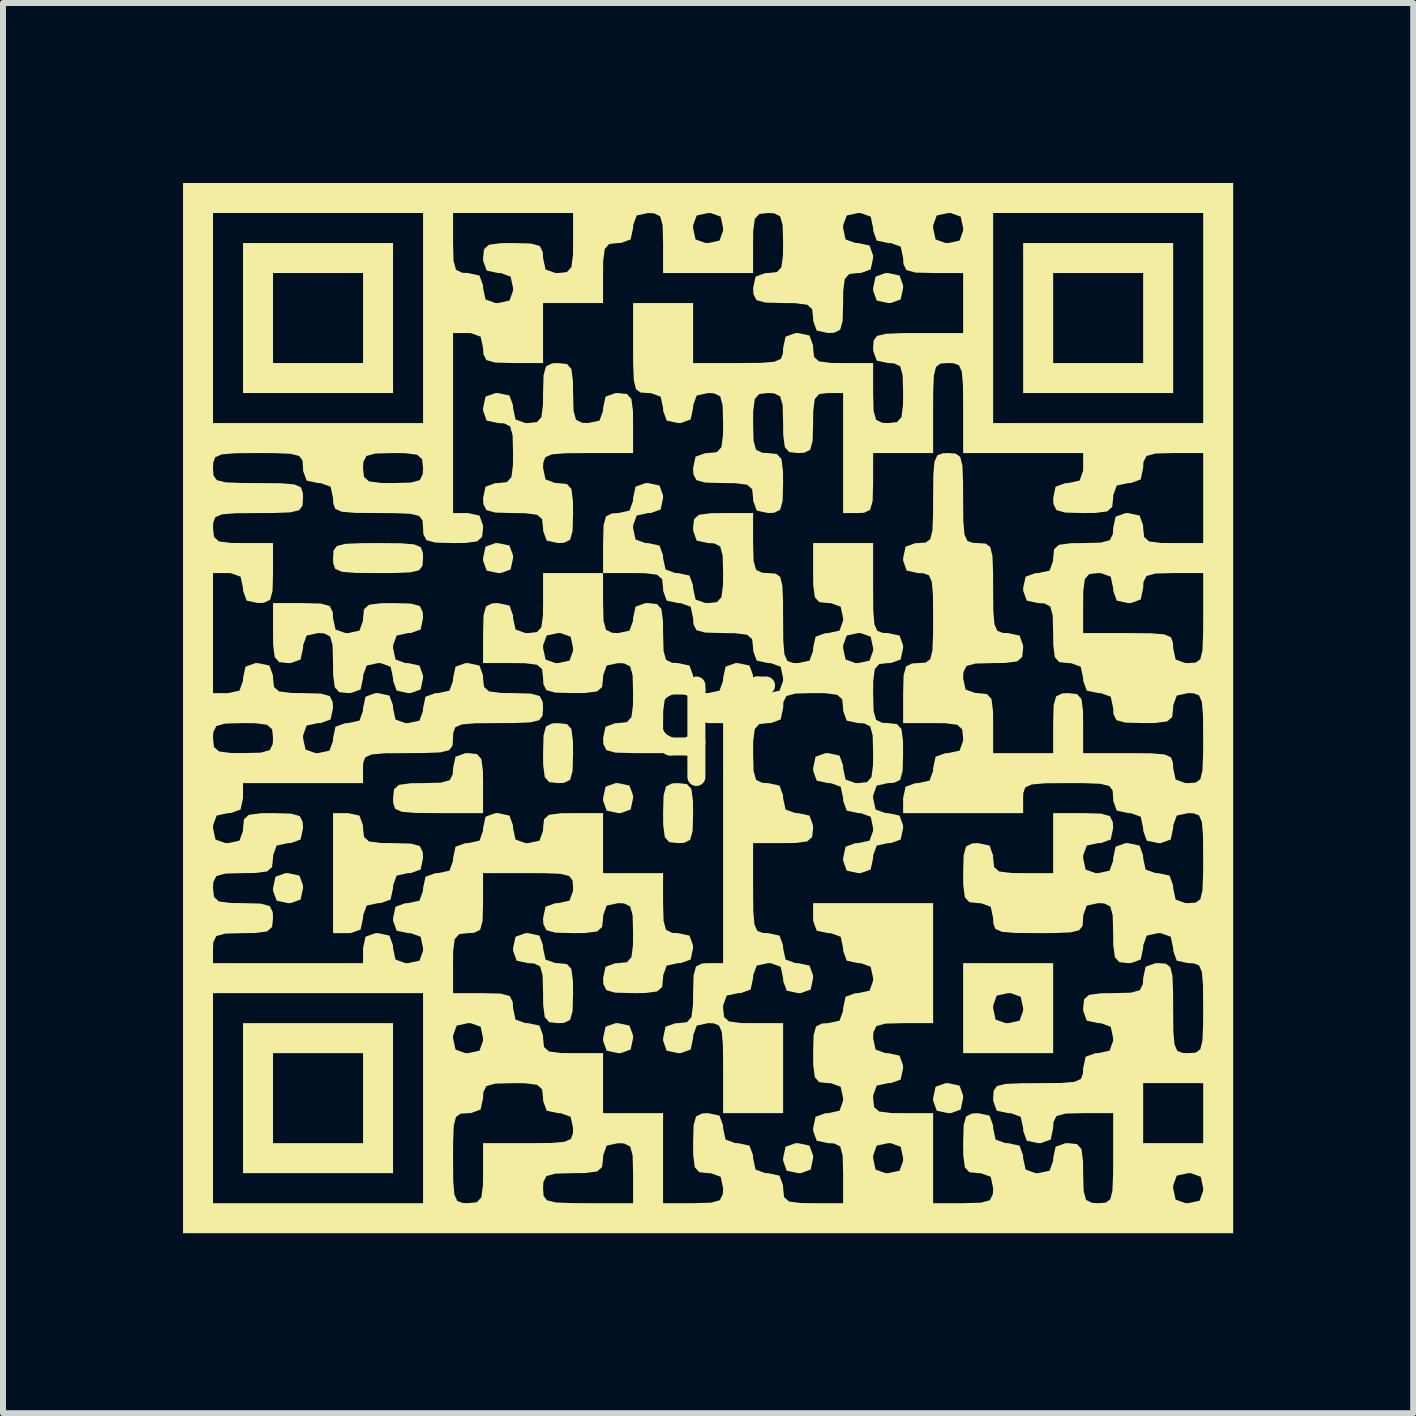
<source format=kicad_pcb>
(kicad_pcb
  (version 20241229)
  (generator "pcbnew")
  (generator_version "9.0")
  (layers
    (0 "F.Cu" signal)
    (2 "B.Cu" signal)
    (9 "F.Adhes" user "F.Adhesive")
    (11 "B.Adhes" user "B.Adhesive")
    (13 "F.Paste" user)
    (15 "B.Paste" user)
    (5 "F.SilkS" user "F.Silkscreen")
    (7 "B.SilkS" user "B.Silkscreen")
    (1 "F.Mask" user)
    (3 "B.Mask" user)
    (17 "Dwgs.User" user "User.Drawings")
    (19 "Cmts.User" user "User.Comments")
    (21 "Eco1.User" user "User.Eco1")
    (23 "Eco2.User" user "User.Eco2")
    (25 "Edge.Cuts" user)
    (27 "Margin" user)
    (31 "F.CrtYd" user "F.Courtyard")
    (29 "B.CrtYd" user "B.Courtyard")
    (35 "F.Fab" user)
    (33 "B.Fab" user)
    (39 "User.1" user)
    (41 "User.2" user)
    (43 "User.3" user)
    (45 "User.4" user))
  (footprint "qr"
    (layer "F.Cu")
    (at 8.7 8.7)
    (property "Reference" "qr" (at 0 0 0) (layer "F.SilkS") (effects (font (size 1.524 1.524) (thickness 0.3))))
    (attr board_only exclude_from_pos_files exclude_from_bom)
    (fp_poly (pts (xy -5.2 -5.2) (xy -7.7 -5.2) (xy -7.7 -5.7) (xy -7.2 -5.7) (xy -5.7 -5.7) (xy -5.7 -7.2) (xy -7.2 -7.2) (xy -7.2 -5.7) (xy -7.7 -5.7) (xy -7.7 -7.7) (xy -5.2 -7.7)) (stroke (width 0) (type solid)) (fill yes) (layer "F.SilkS"))
    (fp_poly (pts (xy -5.2 7.8) (xy -7.7 7.8) (xy -7.7 7.3) (xy -7.2 7.3) (xy -5.7 7.3) (xy -5.7 5.8) (xy -7.2 5.8) (xy -7.2 7.3) (xy -7.7 7.3) (xy -7.7 5.3) (xy -5.2 5.3)) (stroke (width 0) (type solid)) (fill yes) (layer "F.SilkS"))
    (fp_poly (pts (xy 7.8 -5.2) (xy 5.3 -5.2) (xy 5.3 -5.7) (xy 5.8 -5.7) (xy 7.3 -5.7) (xy 7.3 -7.2) (xy 5.8 -7.2) (xy 5.8 -5.7) (xy 5.3 -5.7) (xy 5.3 -7.7) (xy 7.8 -7.7)) (stroke (width 0) (type solid)) (fill yes) (layer "F.SilkS"))
    (fp_poly (pts (xy -6.76 2.841) (xy -6.701 3.004) (xy -6.7 3.05) (xy -6.741 3.24) (xy -6.904 3.299) (xy -6.95 3.3) (xy -7.14 3.259) (xy -7.199 3.096) (xy -7.2 3.05) (xy -7.159 2.86) (xy -6.996 2.801) (xy -6.95 2.8)) (stroke (width 0) (type solid)) (fill yes) (layer "F.SilkS"))
    (fp_poly (pts (xy -3.26 -2.659) (xy -3.201 -2.496) (xy -3.2 -2.45) (xy -3.241 -2.26) (xy -3.404 -2.201) (xy -3.45 -2.2) (xy -3.64 -2.241) (xy -3.699 -2.404) (xy -3.7 -2.45) (xy -3.659 -2.64) (xy -3.496 -2.699) (xy -3.45 -2.7)) (stroke (width 0) (type solid)) (fill yes) (layer "F.SilkS"))
    (fp_poly (pts (xy -1.26 1.341) (xy -1.201 1.504) (xy -1.2 1.55) (xy -1.241 1.74) (xy -1.404 1.799) (xy -1.45 1.8) (xy -1.64 1.759) (xy -1.699 1.596) (xy -1.7 1.55) (xy -1.659 1.36) (xy -1.496 1.301) (xy -1.45 1.3)) (stroke (width 0) (type solid)) (fill yes) (layer "F.SilkS"))
    (fp_poly (pts (xy -1.26 5.341) (xy -1.201 5.504) (xy -1.2 5.55) (xy -1.241 5.74) (xy -1.404 5.799) (xy -1.45 5.8) (xy -1.64 5.759) (xy -1.699 5.596) (xy -1.7 5.55) (xy -1.659 5.36) (xy -1.496 5.301) (xy -1.45 5.3)) (stroke (width 0) (type solid)) (fill yes) (layer "F.SilkS"))
    (fp_poly (pts (xy 1.74 7.341) (xy 1.799 7.504) (xy 1.8 7.55) (xy 1.759 7.74) (xy 1.596 7.799) (xy 1.55 7.8) (xy 1.36 7.759) (xy 1.301 7.596) (xy 1.3 7.55) (xy 1.341 7.36) (xy 1.504 7.301) (xy 1.55 7.3)) (stroke (width 0) (type solid)) (fill yes) (layer "F.SilkS"))
    (fp_poly (pts (xy 3.24 -7.159) (xy 3.299 -6.996) (xy 3.3 -6.95) (xy 3.259 -6.76) (xy 3.096 -6.701) (xy 3.05 -6.7) (xy 2.86 -6.741) (xy 2.801 -6.904) (xy 2.8 -6.95) (xy 2.841 -7.14) (xy 3.004 -7.199) (xy 3.05 -7.2)) (stroke (width 0) (type solid)) (fill yes) (layer "F.SilkS"))
    (fp_poly (pts (xy 4.24 6.341) (xy 4.299 6.504) (xy 4.3 6.55) (xy 4.259 6.74) (xy 4.096 6.799) (xy 4.05 6.8) (xy 3.86 6.759) (xy 3.801 6.596) (xy 3.8 6.55) (xy 3.841 6.36) (xy 4.004 6.301) (xy 4.05 6.3)) (stroke (width 0) (type solid)) (fill yes) (layer "F.SilkS"))
    (fp_poly (pts (xy -2.302 0.316) (xy -2.228 0.399) (xy -2.202 0.599) (xy -2.2 0.8) (xy -2.208 1.097) (xy -2.249 1.245) (xy -2.35 1.295) (xy -2.45 1.3) (xy -2.598 1.284) (xy -2.672 1.201) (xy -2.698 1.001) (xy -2.7 0.8) (xy -2.692 0.503) (xy -2.651 0.355) (xy -2.55 0.305) (xy -2.45 0.3)) (stroke (width 0) (type solid)) (fill yes) (layer "F.SilkS"))
    (fp_poly (pts (xy -0.302 1.316) (xy -0.228 1.399) (xy -0.202 1.599) (xy -0.2 1.8) (xy -0.208 2.097) (xy -0.249 2.245) (xy -0.35 2.295) (xy -0.45 2.3) (xy -0.598 2.284) (xy -0.672 2.201) (xy -0.698 2.001) (xy -0.7 1.8) (xy -0.692 1.503) (xy -0.651 1.355) (xy -0.55 1.305) (xy -0.45 1.3)) (stroke (width 0) (type solid)) (fill yes) (layer "F.SilkS"))
    (fp_poly (pts (xy 5.8 5.8) (xy 4.3 5.8) (xy 4.3 5.05) (xy 4.8 5.05) (xy 4.841 5.24) (xy 5.004 5.299) (xy 5.05 5.3) (xy 5.24 5.259) (xy 5.299 5.096) (xy 5.3 5.05) (xy 5.259 4.86) (xy 5.096 4.801) (xy 5.05 4.8) (xy 4.86 4.841) (xy 4.801 5.004) (xy 4.8 5.05) (xy 4.3 5.05) (xy 4.3 4.3) (xy 5.8 4.3)) (stroke (width 0) (type solid)) (fill yes) (layer "F.SilkS"))
    (fp_poly (pts (xy -5.069 -2.697) (xy -4.845 -2.678) (xy -4.737 -2.63) (xy -4.703 -2.538) (xy -4.7 -2.45) (xy -4.709 -2.323) (xy -4.765 -2.248) (xy -4.911 -2.212) (xy -5.187 -2.201) (xy -5.45 -2.2) (xy -5.831 -2.203) (xy -6.055 -2.222) (xy -6.163 -2.27) (xy -6.197 -2.362) (xy -6.2 -2.45) (xy -6.191 -2.577) (xy -6.135 -2.652) (xy -5.989 -2.688) (xy -5.713 -2.699) (xy -5.45 -2.7)) (stroke (width 0) (type solid)) (fill yes) (layer "F.SilkS"))
    (fp_poly (pts (xy -3.802 0.816) (xy -3.728 0.899) (xy -3.702 1.099) (xy -3.7 1.3) (xy -3.7 1.8) (xy -4.45 1.8) (xy -4.831 1.797) (xy -5.055 1.778) (xy -5.163 1.73) (xy -5.197 1.638) (xy -5.2 1.55) (xy -5.184 1.402) (xy -5.101 1.328) (xy -4.901 1.302) (xy -4.7 1.3) (xy -4.403 1.292) (xy -4.255 1.251) (xy -4.205 1.15) (xy -4.2 1.05) (xy -4.159 0.86) (xy -3.996 0.801) (xy -3.95 0.8)) (stroke (width 0) (type solid)) (fill yes) (layer "F.SilkS"))
    (fp_poly (pts (xy -2.76 3.841) (xy -2.701 4.004) (xy -2.7 4.05) (xy -2.659 4.24) (xy -2.496 4.299) (xy -2.45 4.3) (xy -2.302 4.316) (xy -2.228 4.399) (xy -2.202 4.599) (xy -2.2 4.8) (xy -2.208 5.097) (xy -2.249 5.245) (xy -2.35 5.295) (xy -2.45 5.3) (xy -2.598 5.284) (xy -2.672 5.201) (xy -2.698 5.001) (xy -2.7 4.8) (xy -2.708 4.503) (xy -2.749 4.355) (xy -2.85 4.305) (xy -2.95 4.3) (xy -3.14 4.259) (xy -3.199 4.096) (xy -3.2 4.05) (xy -3.159 3.86) (xy -2.996 3.801) (xy -2.95 3.8)) (stroke (width 0) (type solid)) (fill yes) (layer "F.SilkS"))
    (fp_poly (pts (xy -5.76 1.841) (xy -5.701 2.004) (xy -5.7 2.05) (xy -5.684 2.198) (xy -5.601 2.272) (xy -5.401 2.298) (xy -5.2 2.3) (xy -4.903 2.308) (xy -4.755 2.349) (xy -4.705 2.45) (xy -4.7 2.55) (xy -4.741 2.74) (xy -4.904 2.799) (xy -4.95 2.8) (xy -5.14 2.841) (xy -5.199 3.004) (xy -5.2 3.05) (xy -5.241 3.24) (xy -5.404 3.299) (xy -5.45 3.3) (xy -5.64 3.341) (xy -5.699 3.504) (xy -5.7 3.55) (xy -5.741 3.74) (xy -5.904 3.799) (xy -5.95 3.8) (xy -6.2 3.8) (xy -6.2 1.8) (xy -5.95 1.8)) (stroke (width 0) (type solid)) (fill yes) (layer "F.SilkS"))
    (fp_poly (pts (xy -6.403 -1.692) (xy -6.255 -1.651) (xy -6.205 -1.55) (xy -6.2 -1.45) (xy -6.159 -1.26) (xy -5.996 -1.201) (xy -5.95 -1.2) (xy -5.76 -1.241) (xy -5.701 -1.404) (xy -5.7 -1.45) (xy -5.684 -1.598) (xy -5.601 -1.672) (xy -5.401 -1.698) (xy -5.2 -1.7) (xy -4.903 -1.692) (xy -4.755 -1.651) (xy -4.705 -1.55) (xy -4.7 -1.45) (xy -4.741 -1.26) (xy -4.904 -1.201) (xy -4.95 -1.2) (xy -5.14 -1.159) (xy -5.199 -0.996) (xy -5.2 -0.95) (xy -5.159 -0.76) (xy -4.996 -0.701) (xy -4.95 -0.7) (xy -4.76 -0.659) (xy -4.701 -0.496) (xy -4.7 -0.45) (xy -4.741 -0.26) (xy -4.904 -0.201) (xy -4.95 -0.2) (xy -5.14 -0.241) (xy -5.199 -0.404) (xy -5.2 -0.45) (xy -5.241 -0.64) (xy -5.404 -0.699) (xy -5.45 -0.7) (xy -5.64 -0.659) (xy -5.699 -0.496) (xy -5.7 -0.45) (xy -5.741 -0.26) (xy -5.904 -0.201) (xy -5.95 -0.2) (xy -6.098 -0.216) (xy -6.172 -0.299) (xy -6.198 -0.499) (xy -6.2 -0.7) (xy -6.208 -0.997) (xy -6.249 -1.145) (xy -6.35 -1.195) (xy -6.45 -1.2) (xy -6.64 -1.159) (xy -6.699 -0.996) (xy -6.7 -0.95) (xy -6.741 -0.76) (xy -6.904 -0.701) (xy -6.95 -0.7) (xy -7.098 -0.716) (xy -7.172 -0.799) (xy -7.198 -0.999) (xy -7.2 -1.2) (xy -7.2 -1.7) (xy -6.7 -1.7)) (stroke (width 0) (type solid)) (fill yes) (layer "F.SilkS"))
    (fp_poly (pts (xy -2.302 -5.684) (xy -2.228 -5.601) (xy -2.202 -5.401) (xy -2.2 -5.2) (xy -2.192 -4.903) (xy -2.151 -4.755) (xy -2.05 -4.705) (xy -1.95 -4.7) (xy -1.76 -4.741) (xy -1.701 -4.904) (xy -1.7 -4.95) (xy -1.659 -5.14) (xy -1.496 -5.199) (xy -1.45 -5.2) (xy -1.302 -5.184) (xy -1.228 -5.101) (xy -1.202 -4.901) (xy -1.2 -4.7) (xy -1.2 -4.2) (xy -1.95 -4.2) (xy -2.331 -4.197) (xy -2.555 -4.178) (xy -2.663 -4.13) (xy -2.697 -4.038) (xy -2.7 -3.95) (xy -2.659 -3.76) (xy -2.496 -3.701) (xy -2.45 -3.7) (xy -2.302 -3.684) (xy -2.228 -3.601) (xy -2.202 -3.401) (xy -2.2 -3.2) (xy -2.208 -2.903) (xy -2.249 -2.755) (xy -2.35 -2.705) (xy -2.45 -2.7) (xy -2.64 -2.741) (xy -2.699 -2.904) (xy -2.7 -2.95) (xy -2.716 -3.098) (xy -2.799 -3.172) (xy -2.999 -3.198) (xy -3.2 -3.2) (xy -3.497 -3.208) (xy -3.645 -3.249) (xy -3.695 -3.35) (xy -3.7 -3.45) (xy -3.659 -3.64) (xy -3.496 -3.699) (xy -3.45 -3.7) (xy -3.302 -3.716) (xy -3.228 -3.799) (xy -3.202 -3.999) (xy -3.2 -4.2) (xy -3.208 -4.497) (xy -3.249 -4.645) (xy -3.35 -4.695) (xy -3.45 -4.7) (xy -3.64 -4.741) (xy -3.699 -4.904) (xy -3.7 -4.95) (xy -3.659 -5.14) (xy -3.496 -5.199) (xy -3.45 -5.2) (xy -3.26 -5.159) (xy -3.201 -4.996) (xy -3.2 -4.95) (xy -3.159 -4.76) (xy -2.996 -4.701) (xy -2.95 -4.7) (xy -2.802 -4.716) (xy -2.728 -4.799) (xy -2.702 -4.999) (xy -2.7 -5.2) (xy -2.692 -5.497) (xy -2.651 -5.645) (xy -2.55 -5.695) (xy -2.45 -5.7)) (stroke (width 0) (type solid)) (fill yes) (layer "F.SilkS"))
    (fp_poly (pts (xy -0.76 -3.659) (xy -0.701 -3.496) (xy -0.7 -3.45) (xy -0.741 -3.26) (xy -0.904 -3.201) (xy -0.95 -3.2) (xy -1.14 -3.159) (xy -1.199 -2.996) (xy -1.2 -2.95) (xy -1.159 -2.76) (xy -0.996 -2.701) (xy -0.95 -2.7) (xy -0.76 -2.659) (xy -0.701 -2.496) (xy -0.7 -2.45) (xy -0.659 -2.26) (xy -0.496 -2.201) (xy -0.45 -2.2) (xy -0.26 -2.159) (xy -0.201 -1.996) (xy -0.2 -1.95) (xy -0.159 -1.76) (xy 0.004 -1.701) (xy 0.05 -1.7) (xy 0.198 -1.716) (xy 0.272 -1.799) (xy 0.298 -1.999) (xy 0.3 -2.2) (xy 0.292 -2.497) (xy 0.251 -2.645) (xy 0.15 -2.695) (xy 0.05 -2.7) (xy -0.14 -2.741) (xy -0.199 -2.904) (xy -0.2 -2.95) (xy -0.184 -3.098) (xy -0.101 -3.172) (xy 0.099 -3.198) (xy 0.3 -3.2) (xy 0.8 -3.2) (xy 0.8 -2.7) (xy 0.808 -2.403) (xy 0.849 -2.255) (xy 0.95 -2.205) (xy 1.05 -2.2) (xy 1.177 -2.191) (xy 1.252 -2.135) (xy 1.288 -1.989) (xy 1.299 -1.713) (xy 1.3 -1.45) (xy 1.303 -1.069) (xy 1.322 -0.845) (xy 1.37 -0.737) (xy 1.462 -0.703) (xy 1.55 -0.7) (xy 1.74 -0.741) (xy 1.799 -0.904) (xy 1.8 -0.95) (xy 2.3 -0.95) (xy 2.341 -0.76) (xy 2.504 -0.701) (xy 2.55 -0.7) (xy 2.74 -0.741) (xy 2.799 -0.904) (xy 2.8 -0.95) (xy 2.759 -1.14) (xy 2.596 -1.199) (xy 2.55 -1.2) (xy 2.36 -1.159) (xy 2.301 -0.996) (xy 2.3 -0.95) (xy 1.8 -0.95) (xy 1.841 -1.14) (xy 2.004 -1.199) (xy 2.05 -1.2) (xy 2.24 -1.241) (xy 2.299 -1.404) (xy 2.3 -1.45) (xy 2.259 -1.64) (xy 2.096 -1.699) (xy 2.05 -1.7) (xy 1.902 -1.716) (xy 1.828 -1.799) (xy 1.802 -1.999) (xy 1.8 -2.2) (xy 1.8 -2.7) (xy 2.8 -2.7) (xy 2.8 -1.95) (xy 2.803 -1.569) (xy 2.822 -1.345) (xy 2.87 -1.237) (xy 2.962 -1.203) (xy 3.05 -1.2) (xy 3.24 -1.159) (xy 3.299 -0.996) (xy 3.3 -0.95) (xy 3.259 -0.76) (xy 3.096 -0.701) (xy 3.05 -0.7) (xy 2.902 -0.684) (xy 2.828 -0.601) (xy 2.802 -0.401) (xy 2.8 -0.2) (xy 2.808 0.097) (xy 2.849 0.245) (xy 2.95 0.295) (xy 3.05 0.3) (xy 3.198 0.316) (xy 3.272 0.399) (xy 3.298 0.599) (xy 3.3 0.8) (xy 3.292 1.097) (xy 3.251 1.245) (xy 3.15 1.295) (xy 3.05 1.3) (xy 2.86 1.341) (xy 2.801 1.504) (xy 2.8 1.55) (xy 2.841 1.74) (xy 3.004 1.799) (xy 3.05 1.8) (xy 3.24 1.841) (xy 3.299 2.004) (xy 3.3 2.05) (xy 3.259 2.24) (xy 3.096 2.299) (xy 3.05 2.3) (xy 2.86 2.341) (xy 2.801 2.504) (xy 2.8 2.55) (xy 2.759 2.74) (xy 2.596 2.799) (xy 2.55 2.8) (xy 2.36 2.759) (xy 2.301 2.596) (xy 2.3 2.55) (xy 2.341 2.36) (xy 2.504 2.301) (xy 2.55 2.3) (xy 2.74 2.259) (xy 2.799 2.096) (xy 2.8 2.05) (xy 2.759 1.86) (xy 2.596 1.801) (xy 2.55 1.8) (xy 2.36 1.759) (xy 2.301 1.596) (xy 2.3 1.55) (xy 2.259 1.36) (xy 2.096 1.301) (xy 2.05 1.3) (xy 1.86 1.259) (xy 1.801 1.096) (xy 1.8 1.05) (xy 1.841 0.86) (xy 2.004 0.801) (xy 2.05 0.8) (xy 2.24 0.841) (xy 2.299 1.004) (xy 2.3 1.05) (xy 2.341 1.24) (xy 2.504 1.299) (xy 2.55 1.3) (xy 2.698 1.284) (xy 2.772 1.201) (xy 2.798 1.001) (xy 2.8 0.8) (xy 2.792 0.503) (xy 2.751 0.355) (xy 2.65 0.305) (xy 2.55 0.3) (xy 2.36 0.259) (xy 2.301 0.096) (xy 2.3 0.05) (xy 2.284 -0.098) (xy 2.201 -0.172) (xy 2.001 -0.198) (xy 1.8 -0.2) (xy 1.503 -0.192) (xy 1.355 -0.151) (xy 1.305 -0.05) (xy 1.3 0.05) (xy 1.259 0.24) (xy 1.096 0.299) (xy 1.05 0.3) (xy 0.902 0.316) (xy 0.828 0.399) (xy 0.802 0.599) (xy 0.8 0.8) (xy 0.808 1.097) (xy 0.849 1.245) (xy 0.95 1.295) (xy 1.05 1.3) (xy 1.24 1.341) (xy 1.299 1.504) (xy 1.3 1.55) (xy 1.341 1.74) (xy 1.504 1.799) (xy 1.55 1.8) (xy 1.74 1.841) (xy 1.799 2.004) (xy 1.8 2.05) (xy 1.784 2.198) (xy 1.701 2.272) (xy 1.501 2.298) (xy 1.3 2.3) (xy 0.8 2.3) (xy 0.8 3.05) (xy 0.803 3.431) (xy 0.822 3.655) (xy 0.87 3.763) (xy 0.962 3.797) (xy 1.05 3.8) (xy 1.24 3.841) (xy 1.299 4.004) (xy 1.3 4.05) (xy 1.341 4.24) (xy 1.504 4.299) (xy 1.55 4.3) (xy 1.74 4.341) (xy 1.799 4.504) (xy 1.8 4.55) (xy 1.759 4.74) (xy 1.596 4.799) (xy 1.55 4.8) (xy 1.36 4.759) (xy 1.301 4.596) (xy 1.3 4.55) (xy 1.259 4.36) (xy 1.096 4.301) (xy 1.05 4.3) (xy 0.86 4.341) (xy 0.801 4.504) (xy 0.8 4.55) (xy 0.759 4.74) (xy 0.596 4.799) (xy 0.55 4.8) (xy 0.36 4.841) (xy 0.301 5.004) (xy 0.3 5.05) (xy 0.316 5.198) (xy 0.399 5.272) (xy 0.599 5.298) (xy 0.8 5.3) (xy 1.3 5.3) (xy 1.3 6.8) (xy 0.3 6.8) (xy 0.3 6.05) (xy 0.297 5.669) (xy 0.278 5.445) (xy 0.23 5.337) (xy 0.138 5.303) (xy 0.05 5.3) (xy -0.14 5.341) (xy -0.199 5.504) (xy -0.2 5.55) (xy -0.241 5.74) (xy -0.404 5.799) (xy -0.45 5.8) (xy -0.64 5.759) (xy -0.699 5.596) (xy -0.7 5.55) (xy -0.659 5.36) (xy -0.496 5.301) (xy -0.45 5.3) (xy -0.302 5.284) (xy -0.228 5.201) (xy -0.202 5.001) (xy -0.2 4.8) (xy -0.192 4.503) (xy -0.151 4.355) (xy -0.05 4.305) (xy 0.05 4.3) (xy 0.3 4.3) (xy 0.3 0.3) (xy 0.05 0.3) (xy -0.14 0.259) (xy -0.199 0.096) (xy -0.2 0.05) (xy -0.241 -0.14) (xy -0.404 -0.199) (xy -0.45 -0.2) (xy -0.598 -0.184) (xy -0.672 -0.101) (xy -0.698 0.099) (xy -0.7 0.3) (xy -0.7 0.8) (xy -1.2 0.8) (xy -1.497 0.792) (xy -1.645 0.751) (xy -1.695 0.65) (xy -1.7 0.55) (xy -1.659 0.36) (xy -1.496 0.301) (xy -1.45 0.3) (xy -1.302 0.284) (xy -1.228 0.201) (xy -1.202 0.001) (xy -1.2 -0.2) (xy -1.208 -0.497) (xy -1.249 -0.645) (xy -1.35 -0.695) (xy -1.45 -0.7) (xy -1.64 -0.659) (xy -1.699 -0.496) (xy -1.7 -0.45) (xy -1.716 -0.302) (xy -1.799 -0.228) (xy -1.999 -0.202) (xy -2.2 -0.2) (xy -2.497 -0.208) (xy -2.645 -0.249) (xy -2.695 -0.35) (xy -2.7 -0.45) (xy -2.716 -0.598) (xy -2.799 -0.672) (xy -2.999 -0.698) (xy -3.2 -0.7) (xy -3.7 -0.7) (xy -3.7 -0.95) (xy -2.7 -0.95) (xy -2.659 -0.76) (xy -2.496 -0.701) (xy -2.45 -0.7) (xy -2.26 -0.741) (xy -2.201 -0.904) (xy -2.2 -0.95) (xy -2.241 -1.14) (xy -2.404 -1.199) (xy -2.45 -1.2) (xy -2.64 -1.159) (xy -2.699 -0.996) (xy -2.7 -0.95) (xy -3.7 -0.95) (xy -3.7 -1.2) (xy -3.692 -1.497) (xy -3.651 -1.645) (xy -3.55 -1.695) (xy -3.45 -1.7) (xy -3.26 -1.659) (xy -3.201 -1.496) (xy -3.2 -1.45) (xy -3.159 -1.26) (xy -2.996 -1.201) (xy -2.95 -1.2) (xy -2.802 -1.216) (xy -2.728 -1.299) (xy -2.702 -1.499) (xy -2.7 -1.7) (xy -1.7 -1.7) (xy -1.692 -1.403) (xy -1.651 -1.255) (xy -1.55 -1.205) (xy -1.45 -1.2) (xy -1.26 -1.241) (xy -1.201 -1.404) (xy -1.2 -1.45) (xy -1.159 -1.64) (xy -0.996 -1.699) (xy -0.95 -1.7) (xy -0.802 -1.684) (xy -0.728 -1.601) (xy -0.702 -1.401) (xy -0.7 -1.2) (xy -0.692 -0.903) (xy -0.651 -0.755) (xy -0.55 -0.705) (xy -0.45 -0.7) (xy -0.26 -0.659) (xy -0.201 -0.496) (xy -0.2 -0.45) (xy -0.159 -0.26) (xy 0.004 -0.201) (xy 0.05 -0.2) (xy 0.24 -0.241) (xy 0.299 -0.404) (xy 0.3 -0.45) (xy 0.341 -0.64) (xy 0.504 -0.699) (xy 0.55 -0.7) (xy 0.74 -0.659) (xy 0.799 -0.496) (xy 0.8 -0.45) (xy 0.841 -0.26) (xy 1.004 -0.201) (xy 1.05 -0.2) (xy 1.24 -0.241) (xy 1.299 -0.404) (xy 1.3 -0.45) (xy 1.259 -0.64) (xy 1.096 -0.699) (xy 1.05 -0.7) (xy 0.86 -0.741) (xy 0.801 -0.904) (xy 0.8 -0.95) (xy 0.784 -1.098) (xy 0.701 -1.172) (xy 0.501 -1.198) (xy 0.3 -1.2) (xy 0.003 -1.208) (xy -0.145 -1.249) (xy -0.195 -1.35) (xy -0.2 -1.45) (xy -0.241 -1.64) (xy -0.404 -1.699) (xy -0.45 -1.7) (xy -0.64 -1.741) (xy -0.699 -1.904) (xy -0.7 -1.95) (xy -0.716 -2.098) (xy -0.799 -2.172) (xy -0.999 -2.198) (xy -1.2 -2.2) (xy -1.7 -2.2) (xy -1.7 -1.7) (xy -2.7 -1.7) (xy -2.7 -2.2) (xy -1.7 -2.2) (xy -1.7 -2.7) (xy -1.692 -2.997) (xy -1.651 -3.145) (xy -1.55 -3.195) (xy -1.45 -3.2) (xy -1.26 -3.241) (xy -1.201 -3.404) (xy -1.2 -3.45) (xy -1.159 -3.64) (xy -0.996 -3.699) (xy -0.95 -3.7)) (stroke (width 0) (type solid)) (fill yes) (layer "F.SilkS"))
    (fp_poly (pts (xy 8.8 8.8) (xy -8.7 8.8) (xy -8.7 8.3) (xy -8.2 8.3) (xy -4.7 8.3) (xy -4.7 7.55) (xy -4.2 7.55) (xy -4.197 7.931) (xy -4.178 8.155) (xy -4.13 8.263) (xy -4.038 8.297) (xy -3.95 8.3) (xy -3.802 8.284) (xy -3.728 8.201) (xy -3.709 8.05) (xy -2.7 8.05) (xy -2.691 8.177) (xy -2.635 8.252) (xy -2.489 8.288) (xy -2.213 8.299) (xy -1.95 8.3) (xy -1.2 8.3) (xy -1.2 7.8) (xy -1.208 7.503) (xy -1.249 7.355) (xy -1.35 7.305) (xy -1.45 7.3) (xy -1.64 7.341) (xy -1.699 7.504) (xy -1.7 7.55) (xy -1.716 7.698) (xy -1.799 7.772) (xy -1.999 7.798) (xy -2.2 7.8) (xy -2.497 7.808) (xy -2.645 7.849) (xy -2.695 7.95) (xy -2.7 8.05) (xy -3.709 8.05) (xy -3.702 8.001) (xy -3.7 7.8) (xy -3.7 7.3) (xy -2.95 7.3) (xy -2.569 7.297) (xy -2.345 7.278) (xy -2.237 7.23) (xy -2.203 7.138) (xy -2.2 7.05) (xy -2.241 6.86) (xy -2.404 6.801) (xy -2.45 6.8) (xy -2.64 6.759) (xy -2.699 6.596) (xy -2.7 6.55) (xy -2.716 6.402) (xy -2.799 6.328) (xy -2.999 6.302) (xy -3.2 6.3) (xy -3.497 6.308) (xy -3.645 6.349) (xy -3.695 6.45) (xy -3.7 6.55) (xy -3.741 6.74) (xy -3.904 6.799) (xy -3.95 6.8) (xy -4.077 6.809) (xy -4.152 6.865) (xy -4.188 7.011) (xy -4.199 7.287) (xy -4.2 7.55) (xy -4.7 7.55) (xy -4.7 5.55) (xy -4.2 5.55) (xy -4.159 5.74) (xy -3.996 5.799) (xy -3.95 5.8) (xy -3.76 5.759) (xy -3.701 5.596) (xy -3.7 5.55) (xy -3.741 5.36) (xy -3.904 5.301) (xy -3.95 5.3) (xy -4.14 5.341) (xy -4.199 5.504) (xy -4.2 5.55) (xy -4.7 5.55) (xy -4.7 4.8) (xy -8.2 4.8) (xy -8.2 8.3) (xy -8.7 8.3) (xy -8.7 4.3) (xy -8.2 4.3) (xy -5.7 4.3) (xy -5.7 4.05) (xy -5.659 3.86) (xy -5.496 3.801) (xy -5.45 3.8) (xy -5.26 3.841) (xy -5.201 4.004) (xy -5.2 4.05) (xy -5.159 4.24) (xy -4.996 4.299) (xy -4.95 4.3) (xy -4.76 4.259) (xy -4.701 4.096) (xy -4.7 4.05) (xy -4.741 3.86) (xy -4.904 3.801) (xy -4.95 3.8) (xy -5.14 3.759) (xy -5.199 3.596) (xy -5.2 3.55) (xy -5.159 3.36) (xy -4.996 3.301) (xy -4.95 3.3) (xy -4.76 3.259) (xy -4.701 3.096) (xy -4.7 3.05) (xy -4.659 2.86) (xy -4.496 2.801) (xy -4.45 2.8) (xy -4.26 2.759) (xy -4.201 2.596) (xy -4.2 2.55) (xy -4.159 2.36) (xy -3.996 2.301) (xy -3.95 2.3) (xy -3.76 2.259) (xy -3.701 2.096) (xy -3.7 2.05) (xy -3.659 1.86) (xy -3.496 1.801) (xy -3.45 1.8) (xy -3.26 1.841) (xy -3.201 2.004) (xy -3.2 2.05) (xy -3.159 2.24) (xy -2.996 2.299) (xy -2.95 2.3) (xy -2.76 2.259) (xy -2.701 2.096) (xy -2.7 2.05) (xy -2.684 1.902) (xy -2.601 1.828) (xy -2.401 1.802) (xy -2.2 1.8) (xy -1.7 1.8) (xy -1.7 2.8) (xy -0.7 2.8) (xy -0.7 3.3) (xy -0.692 3.597) (xy -0.651 3.745) (xy -0.55 3.795) (xy -0.45 3.8) (xy -0.26 3.841) (xy -0.201 4.004) (xy -0.2 4.05) (xy -0.241 4.24) (xy -0.404 4.299) (xy -0.45 4.3) (xy -0.64 4.341) (xy -0.699 4.504) (xy -0.7 4.55) (xy -0.716 4.698) (xy -0.799 4.772) (xy -0.999 4.798) (xy -1.2 4.8) (xy -1.497 4.792) (xy -1.645 4.751) (xy -1.695 4.65) (xy -1.7 4.55) (xy -1.659 4.36) (xy -1.496 4.301) (xy -1.45 4.3) (xy -1.302 4.284) (xy -1.228 4.201) (xy -1.202 4.001) (xy -1.2 3.8) (xy -1.208 3.503) (xy -1.249 3.355) (xy -1.35 3.305) (xy -1.45 3.3) (xy -1.64 3.341) (xy -1.699 3.504) (xy -1.7 3.55) (xy -1.716 3.698) (xy -1.799 3.772) (xy -1.999 3.798) (xy -2.2 3.8) (xy -2.497 3.792) (xy -2.645 3.751) (xy -2.695 3.65) (xy -2.7 3.55) (xy -2.659 3.36) (xy -2.496 3.301) (xy -2.45 3.3) (xy -2.26 3.259) (xy -2.201 3.096) (xy -2.2 3.05) (xy -2.209 2.923) (xy -2.265 2.848) (xy -2.411 2.812) (xy -2.687 2.801) (xy -2.95 2.8) (xy -3.7 2.8) (xy -3.7 3.3) (xy -3.708 3.597) (xy -3.749 3.745) (xy -3.85 3.795) (xy -3.95 3.8) (xy -4.098 3.816) (xy -4.172 3.899) (xy -4.198 4.099) (xy -4.2 4.3) (xy -4.2 4.8) (xy -3.7 4.8) (xy -3.403 4.808) (xy -3.255 4.849) (xy -3.205 4.95) (xy -3.2 5.05) (xy -3.159 5.24) (xy -2.996 5.299) (xy -2.95 5.3) (xy -2.76 5.341) (xy -2.701 5.504) (xy -2.7 5.55) (xy -2.684 5.698) (xy -2.601 5.772) (xy -2.401 5.798) (xy -2.2 5.8) (xy -1.7 5.8) (xy -1.7 6.8) (xy -0.7 6.8) (xy -0.7 8.3) (xy -0.2 8.3) (xy 0.097 8.292) (xy 0.245 8.251) (xy 0.295 8.15) (xy 0.3 8.05) (xy 0.259 7.86) (xy 0.096 7.801) (xy 0.05 7.8) (xy -0.098 7.784) (xy -0.172 7.701) (xy -0.198 7.501) (xy -0.2 7.3) (xy -0.192 7.003) (xy -0.151 6.855) (xy -0.05 6.805) (xy 0.05 6.8) (xy 0.24 6.841) (xy 0.299 7.004) (xy 0.3 7.05) (xy 0.341 7.24) (xy 0.504 7.299) (xy 0.55 7.3) (xy 0.74 7.341) (xy 0.799 7.504) (xy 0.8 7.55) (xy 0.841 7.74) (xy 1.004 7.799) (xy 1.05 7.8) (xy 1.24 7.841) (xy 1.299 8.004) (xy 1.3 8.05) (xy 1.316 8.198) (xy 1.399 8.272) (xy 1.599 8.298) (xy 1.8 8.3) (xy 2.3 8.3) (xy 2.3 7.8) (xy 2.293 7.55) (xy 2.8 7.55) (xy 2.841 7.74) (xy 3.004 7.799) (xy 3.05 7.8) (xy 3.24 7.759) (xy 3.299 7.596) (xy 3.3 7.55) (xy 3.259 7.36) (xy 3.096 7.301) (xy 3.05 7.3) (xy 2.86 7.341) (xy 2.801 7.504) (xy 2.8 7.55) (xy 2.293 7.55) (xy 2.292 7.503) (xy 2.251 7.355) (xy 2.15 7.305) (xy 2.05 7.3) (xy 1.86 7.259) (xy 1.801 7.096) (xy 1.8 7.05) (xy 1.841 6.86) (xy 2.004 6.801) (xy 2.05 6.8) (xy 2.24 6.759) (xy 2.299 6.596) (xy 2.3 6.55) (xy 2.259 6.36) (xy 2.096 6.301) (xy 2.05 6.3) (xy 1.902 6.284) (xy 1.828 6.201) (xy 1.802 6.001) (xy 1.8 5.8) (xy 1.808 5.503) (xy 1.849 5.355) (xy 1.95 5.305) (xy 2.05 5.3) (xy 2.24 5.259) (xy 2.299 5.096) (xy 2.3 5.05) (xy 2.341 4.86) (xy 2.504 4.801) (xy 2.55 4.8) (xy 2.74 4.759) (xy 2.799 4.596) (xy 2.8 4.55) (xy 2.759 4.36) (xy 2.596 4.301) (xy 2.55 4.3) (xy 2.36 4.259) (xy 2.301 4.096) (xy 2.3 4.05) (xy 2.259 3.86) (xy 2.096 3.801) (xy 2.05 3.8) (xy 1.86 3.759) (xy 1.801 3.596) (xy 1.8 3.55) (xy 1.8 3.3) (xy 3.8 3.3) (xy 3.8 5.3) (xy 3.3 5.3) (xy 3.003 5.308) (xy 2.855 5.349) (xy 2.805 5.45) (xy 2.8 5.55) (xy 2.841 5.74) (xy 3.004 5.799) (xy 3.05 5.8) (xy 3.24 5.841) (xy 3.299 6.004) (xy 3.3 6.05) (xy 3.259 6.24) (xy 3.096 6.299) (xy 3.05 6.3) (xy 2.86 6.341) (xy 2.801 6.504) (xy 2.8 6.55) (xy 2.816 6.698) (xy 2.899 6.772) (xy 3.099 6.798) (xy 3.3 6.8) (xy 3.8 6.8) (xy 3.8 8.3) (xy 4.3 8.3) (xy 4.597 8.292) (xy 4.745 8.251) (xy 4.795 8.15) (xy 4.8 8.05) (xy 4.759 7.86) (xy 4.596 7.801) (xy 4.55 7.8) (xy 4.402 7.784) (xy 4.328 7.701) (xy 4.302 7.501) (xy 4.3 7.3) (xy 4.308 7.003) (xy 4.349 6.855) (xy 4.45 6.805) (xy 4.55 6.8) (xy 4.74 6.841) (xy 4.799 7.004) (xy 4.8 7.05) (xy 4.841 7.24) (xy 5.004 7.299) (xy 5.05 7.3) (xy 5.24 7.341) (xy 5.299 7.504) (xy 5.3 7.55) (xy 5.341 7.74) (xy 5.504 7.799) (xy 5.55 7.8) (xy 5.74 7.759) (xy 5.799 7.596) (xy 5.8 7.55) (xy 5.841 7.36) (xy 6.004 7.301) (xy 6.05 7.3) (xy 6.198 7.316) (xy 6.272 7.399) (xy 6.298 7.599) (xy 6.3 7.8) (xy 6.308 8.097) (xy 6.349 8.245) (xy 6.45 8.295) (xy 6.55 8.3) (xy 6.677 8.291) (xy 6.752 8.235) (xy 6.788 8.089) (xy 6.789 8.05) (xy 7.8 8.05) (xy 7.841 8.24) (xy 8.004 8.299) (xy 8.05 8.3) (xy 8.24 8.259) (xy 8.299 8.096) (xy 8.3 8.05) (xy 8.259 7.86) (xy 8.096 7.801) (xy 8.05 7.8) (xy 7.86 7.841) (xy 7.801 8.004) (xy 7.8 8.05) (xy 6.789 8.05) (xy 6.799 7.813) (xy 6.8 7.55) (xy 6.8 7.3) (xy 7.3 7.3) (xy 8.3 7.3) (xy 8.3 6.3) (xy 7.3 6.3) (xy 7.3 7.3) (xy 6.8 7.3) (xy 6.8 6.8) (xy 6.3 6.8) (xy 6.003 6.808) (xy 5.855 6.849) (xy 5.805 6.95) (xy 5.8 7.05) (xy 5.759 7.24) (xy 5.596 7.299) (xy 5.55 7.3) (xy 5.36 7.259) (xy 5.301 7.096) (xy 5.3 7.05) (xy 5.259 6.86) (xy 5.096 6.801) (xy 5.05 6.8) (xy 4.86 6.759) (xy 4.801 6.596) (xy 4.8 6.55) (xy 4.809 6.423) (xy 4.865 6.348) (xy 5.011 6.312) (xy 5.287 6.301) (xy 5.55 6.3) (xy 5.931 6.297) (xy 6.155 6.278) (xy 6.263 6.23) (xy 6.297 6.138) (xy 6.3 6.05) (xy 6.341 5.86) (xy 6.504 5.801) (xy 6.55 5.8) (xy 6.74 5.759) (xy 6.799 5.596) (xy 6.8 5.55) (xy 6.759 5.36) (xy 6.596 5.301) (xy 6.55 5.3) (xy 6.36 5.259) (xy 6.301 5.096) (xy 6.3 5.05) (xy 6.316 4.902) (xy 6.399 4.828) (xy 6.599 4.802) (xy 6.8 4.8) (xy 7.097 4.792) (xy 7.245 4.751) (xy 7.295 4.65) (xy 7.3 4.55) (xy 7.341 4.36) (xy 7.504 4.301) (xy 7.55 4.3) (xy 7.677 4.309) (xy 7.752 4.365) (xy 7.788 4.511) (xy 7.799 4.787) (xy 7.8 5.05) (xy 7.803 5.431) (xy 7.822 5.655) (xy 7.87 5.763) (xy 7.962 5.797) (xy 8.05 5.8) (xy 8.177 5.791) (xy 8.252 5.735) (xy 8.288 5.589) (xy 8.299 5.313) (xy 8.3 5.05) (xy 8.297 4.669) (xy 8.278 4.445) (xy 8.23 4.337) (xy 8.138 4.303) (xy 8.05 4.3) (xy 7.86 4.259) (xy 7.801 4.096) (xy 7.8 4.05) (xy 7.759 3.86) (xy 7.596 3.801) (xy 7.55 3.8) (xy 7.36 3.841) (xy 7.301 4.004) (xy 7.3 4.05) (xy 7.259 4.24) (xy 7.096 4.299) (xy 7.05 4.3) (xy 6.902 4.284) (xy 6.828 4.201) (xy 6.802 4.001) (xy 6.8 3.8) (xy 6.792 3.503) (xy 6.751 3.355) (xy 6.65 3.305) (xy 6.55 3.3) (xy 6.36 3.341) (xy 6.301 3.504) (xy 6.3 3.55) (xy 6.291 3.677) (xy 6.235 3.752) (xy 6.089 3.788) (xy 5.813 3.799) (xy 5.55 3.8) (xy 5.169 3.797) (xy 4.945 3.778) (xy 4.837 3.73) (xy 4.803 3.638) (xy 4.8 3.55) (xy 4.759 3.36) (xy 4.596 3.301) (xy 4.55 3.3) (xy 4.402 3.284) (xy 4.328 3.201) (xy 4.302 3.001) (xy 4.3 2.8) (xy 4.308 2.503) (xy 4.349 2.355) (xy 4.45 2.305) (xy 4.55 2.3) (xy 4.74 2.341) (xy 4.799 2.504) (xy 4.8 2.55) (xy 4.816 2.698) (xy 4.899 2.772) (xy 5.099 2.798) (xy 5.3 2.8) (xy 5.8 2.8) (xy 5.8 1.8) (xy 6.3 1.8) (xy 6.597 1.808) (xy 6.745 1.849) (xy 6.795 1.95) (xy 6.8 2.05) (xy 6.759 2.24) (xy 6.596 2.299) (xy 6.55 2.3) (xy 6.36 2.341) (xy 6.301 2.504) (xy 6.3 2.55) (xy 6.341 2.74) (xy 6.504 2.799) (xy 6.55 2.8) (xy 6.74 2.759) (xy 6.799 2.596) (xy 6.8 2.55) (xy 6.841 2.36) (xy 7.004 2.301) (xy 7.05 2.3) (xy 7.24 2.341) (xy 7.299 2.504) (xy 7.3 2.55) (xy 7.341 2.74) (xy 7.504 2.799) (xy 7.55 2.8) (xy 7.74 2.841) (xy 7.799 3.004) (xy 7.8 3.05) (xy 7.841 3.24) (xy 8.004 3.299) (xy 8.05 3.3) (xy 8.177 3.291) (xy 8.252 3.235) (xy 8.288 3.089) (xy 8.299 2.813) (xy 8.3 2.55) (xy 8.297 2.169) (xy 8.278 1.945) (xy 8.23 1.837) (xy 8.138 1.803) (xy 8.05 1.8) (xy 7.86 1.841) (xy 7.801 2.004) (xy 7.8 2.05) (xy 7.759 2.24) (xy 7.596 2.299) (xy 7.55 2.3) (xy 7.36 2.259) (xy 7.301 2.096) (xy 7.3 2.05) (xy 7.259 1.86) (xy 7.096 1.801) (xy 7.05 1.8) (xy 6.86 1.759) (xy 6.801 1.596) (xy 6.8 1.55) (xy 6.791 1.423) (xy 6.735 1.348) (xy 6.589 1.312) (xy 6.313 1.301) (xy 6.05 1.3) (xy 5.669 1.303) (xy 5.445 1.322) (xy 5.337 1.37) (xy 5.303 1.462) (xy 5.3 1.55) (xy 5.3 1.8) (xy 3.3 1.8) (xy 3.3 1.55) (xy 3.341 1.36) (xy 3.504 1.301) (xy 3.55 1.3) (xy 3.74 1.259) (xy 3.799 1.096) (xy 3.8 1.05) (xy 3.841 0.86) (xy 4.004 0.801) (xy 4.05 0.8) (xy 4.24 0.759) (xy 4.299 0.596) (xy 4.3 0.55) (xy 4.284 0.402) (xy 4.201 0.328) (xy 4.001 0.302) (xy 3.8 0.3) (xy 3.3 0.3) (xy 3.3 -0.2) (xy 3.308 -0.497) (xy 3.349 -0.645) (xy 3.45 -0.695) (xy 3.55 -0.7) (xy 3.677 -0.709) (xy 3.752 -0.765) (xy 3.788 -0.911) (xy 3.799 -1.187) (xy 3.8 -1.45) (xy 3.797 -1.831) (xy 3.778 -2.055) (xy 3.73 -2.163) (xy 3.638 -2.197) (xy 3.55 -2.2) (xy 3.36 -2.241) (xy 3.301 -2.404) (xy 3.3 -2.45) (xy 3.341 -2.64) (xy 3.504 -2.699) (xy 3.55 -2.7) (xy 3.677 -2.709) (xy 3.752 -2.765) (xy 3.788 -2.911) (xy 3.799 -3.187) (xy 3.8 -3.45) (xy 3.803 -3.831) (xy 3.822 -4.055) (xy 3.87 -4.163) (xy 3.962 -4.197) (xy 4.05 -4.2) (xy 4.177 -4.191) (xy 4.252 -4.135) (xy 4.288 -3.989) (xy 4.299 -3.713) (xy 4.3 -3.45) (xy 4.303 -3.069) (xy 4.322 -2.845) (xy 4.37 -2.737) (xy 4.462 -2.703) (xy 4.55 -2.7) (xy 4.677 -2.691) (xy 4.752 -2.635) (xy 4.788 -2.489) (xy 4.799 -2.213) (xy 4.8 -1.95) (xy 4.803 -1.569) (xy 4.822 -1.345) (xy 4.87 -1.237) (xy 4.962 -1.203) (xy 5.05 -1.2) (xy 5.24 -1.159) (xy 5.299 -0.996) (xy 5.3 -0.95) (xy 5.284 -0.802) (xy 5.201 -0.728) (xy 5.001 -0.702) (xy 4.8 -0.7) (xy 4.503 -0.692) (xy 4.355 -0.651) (xy 4.305 -0.55) (xy 4.3 -0.45) (xy 4.341 -0.26) (xy 4.504 -0.201) (xy 4.55 -0.2) (xy 4.698 -0.184) (xy 4.772 -0.101) (xy 4.798 0.099) (xy 4.8 0.3) (xy 4.8 0.8) (xy 5.8 0.8) (xy 5.8 0.3) (xy 5.808 0.003) (xy 5.849 -0.145) (xy 5.95 -0.195) (xy 6.05 -0.2) (xy 6.198 -0.184) (xy 6.272 -0.101) (xy 6.298 0.099) (xy 6.3 0.3) (xy 6.3 0.8) (xy 7.05 0.8) (xy 7.431 0.803) (xy 7.655 0.822) (xy 7.763 0.87) (xy 7.797 0.962) (xy 7.8 1.05) (xy 7.841 1.24) (xy 8.004 1.299) (xy 8.05 1.3) (xy 8.177 1.291) (xy 8.252 1.235) (xy 8.288 1.089) (xy 8.299 0.813) (xy 8.3 0.55) (xy 8.297 0.169) (xy 8.278 -0.055) (xy 8.23 -0.163) (xy 8.138 -0.197) (xy 8.05 -0.2) (xy 7.86 -0.159) (xy 7.801 0.004) (xy 7.8 0.05) (xy 7.784 0.198) (xy 7.701 0.272) (xy 7.501 0.298) (xy 7.3 0.3) (xy 7.003 0.292) (xy 6.855 0.251) (xy 6.805 0.15) (xy 6.8 0.05) (xy 6.759 -0.14) (xy 6.596 -0.199) (xy 6.55 -0.2) (xy 6.36 -0.241) (xy 6.301 -0.404) (xy 6.3 -0.45) (xy 6.259 -0.64) (xy 6.096 -0.699) (xy 6.05 -0.7) (xy 5.902 -0.716) (xy 5.828 -0.799) (xy 5.802 -0.999) (xy 5.8 -1.2) (xy 6.3 -1.2) (xy 7.05 -1.2) (xy 7.431 -1.197) (xy 7.655 -1.178) (xy 7.763 -1.13) (xy 7.797 -1.038) (xy 7.8 -0.95) (xy 7.841 -0.76) (xy 8.004 -0.701) (xy 8.05 -0.7) (xy 8.177 -0.709) (xy 8.252 -0.765) (xy 8.288 -0.911) (xy 8.299 -1.187) (xy 8.3 -1.45) (xy 8.3 -2.2) (xy 7.8 -2.2) (xy 7.503 -2.192) (xy 7.355 -2.151) (xy 7.305 -2.05) (xy 7.3 -1.95) (xy 7.259 -1.76) (xy 7.096 -1.701) (xy 7.05 -1.7) (xy 6.86 -1.741) (xy 6.801 -1.904) (xy 6.8 -1.95) (xy 6.759 -2.14) (xy 6.596 -2.199) (xy 6.55 -2.2) (xy 6.402 -2.184) (xy 6.328 -2.101) (xy 6.302 -1.901) (xy 6.3 -1.7) (xy 6.3 -1.2) (xy 5.8 -1.2) (xy 5.792 -1.497) (xy 5.751 -1.645) (xy 5.65 -1.695) (xy 5.55 -1.7) (xy 5.36 -1.741) (xy 5.301 -1.904) (xy 5.3 -1.95) (xy 5.341 -2.14) (xy 5.504 -2.199) (xy 5.55 -2.2) (xy 5.74 -2.241) (xy 5.799 -2.404) (xy 5.8 -2.45) (xy 5.816 -2.598) (xy 5.899 -2.672) (xy 6.099 -2.698) (xy 6.3 -2.7) (xy 6.597 -2.708) (xy 6.745 -2.749) (xy 6.795 -2.85) (xy 6.8 -2.95) (xy 6.841 -3.14) (xy 7.004 -3.199) (xy 7.05 -3.2) (xy 7.24 -3.159) (xy 7.299 -2.996) (xy 7.3 -2.95) (xy 7.316 -2.802) (xy 7.399 -2.728) (xy 7.599 -2.702) (xy 7.8 -2.7) (xy 8.3 -2.7) (xy 8.3 -4.2) (xy 7.8 -4.2) (xy 7.503 -4.192) (xy 7.355 -4.151) (xy 7.305 -4.05) (xy 7.3 -3.95) (xy 7.259 -3.76) (xy 7.096 -3.701) (xy 7.05 -3.7) (xy 6.86 -3.659) (xy 6.801 -3.496) (xy 6.8 -3.45) (xy 6.784 -3.302) (xy 6.701 -3.228) (xy 6.501 -3.202) (xy 6.3 -3.2) (xy 6.003 -3.208) (xy 5.855 -3.249) (xy 5.805 -3.35) (xy 5.8 -3.45) (xy 5.841 -3.64) (xy 6.004 -3.699) (xy 6.05 -3.7) (xy 6.24 -3.741) (xy 6.299 -3.904) (xy 6.3 -3.95) (xy 6.3 -4.2) (xy 4.3 -4.2) (xy 4.3 -4.7) (xy 4.8 -4.7) (xy 8.3 -4.7) (xy 8.3 -8.2) (xy 4.8 -8.2) (xy 4.8 -4.7) (xy 4.3 -4.7) (xy 4.3 -4.95) (xy 4.297 -5.331) (xy 4.278 -5.555) (xy 4.23 -5.663) (xy 4.138 -5.697) (xy 4.05 -5.7) (xy 3.923 -5.691) (xy 3.848 -5.635) (xy 3.812 -5.489) (xy 3.801 -5.213) (xy 3.8 -4.95) (xy 3.8 -4.2) (xy 2.8 -4.2) (xy 2.8 -3.7) (xy 2.792 -3.403) (xy 2.751 -3.255) (xy 2.65 -3.205) (xy 2.55 -3.2) (xy 2.3 -3.2) (xy 2.3 -5.2) (xy 2.05 -5.2) (xy 1.902 -5.184) (xy 1.828 -5.101) (xy 1.802 -4.901) (xy 1.8 -4.7) (xy 1.792 -4.403) (xy 1.751 -4.255) (xy 1.65 -4.205) (xy 1.55 -4.2) (xy 1.402 -4.216) (xy 1.328 -4.299) (xy 1.302 -4.499) (xy 1.3 -4.7) (xy 1.292 -4.997) (xy 1.251 -5.145) (xy 1.15 -5.195) (xy 1.05 -5.2) (xy 0.902 -5.184) (xy 0.828 -5.101) (xy 0.802 -4.901) (xy 0.8 -4.7) (xy 0.808 -4.403) (xy 0.849 -4.255) (xy 0.95 -4.205) (xy 1.05 -4.2) (xy 1.198 -4.184) (xy 1.272 -4.101) (xy 1.298 -3.901) (xy 1.3 -3.7) (xy 1.292 -3.403) (xy 1.251 -3.255) (xy 1.15 -3.205) (xy 1.05 -3.2) (xy 0.86 -3.241) (xy 0.801 -3.404) (xy 0.8 -3.45) (xy 0.784 -3.598) (xy 0.701 -3.672) (xy 0.501 -3.698) (xy 0.3 -3.7) (xy 0.003 -3.708) (xy -0.145 -3.749) (xy -0.195 -3.85) (xy -0.2 -3.95) (xy -0.159 -4.14) (xy 0.004 -4.199) (xy 0.05 -4.2) (xy 0.198 -4.216) (xy 0.272 -4.299) (xy 0.298 -4.499) (xy 0.3 -4.7) (xy 0.292 -4.997) (xy 0.251 -5.145) (xy 0.15 -5.195) (xy 0.05 -5.2) (xy -0.14 -5.159) (xy -0.199 -4.996) (xy -0.2 -4.95) (xy -0.241 -4.76) (xy -0.404 -4.701) (xy -0.45 -4.7) (xy -0.64 -4.741) (xy -0.699 -4.904) (xy -0.7 -4.95) (xy -0.741 -5.14) (xy -0.904 -5.199) (xy -0.95 -5.2) (xy -1.077 -5.209) (xy -1.152 -5.265) (xy -1.188 -5.411) (xy -1.199 -5.687) (xy -1.2 -5.95) (xy -1.2 -6.7) (xy -0.2 -6.7) (xy -0.2 -5.7) (xy 0.55 -5.7) (xy 0.931 -5.703) (xy 1.155 -5.722) (xy 1.263 -5.77) (xy 1.297 -5.862) (xy 1.3 -5.95) (xy 1.341 -6.14) (xy 1.504 -6.199) (xy 1.55 -6.2) (xy 1.74 -6.159) (xy 1.799 -5.996) (xy 1.8 -5.95) (xy 1.816 -5.802) (xy 1.899 -5.728) (xy 2.099 -5.702) (xy 2.3 -5.7) (xy 2.8 -5.7) (xy 2.8 -5.2) (xy 2.808 -4.903) (xy 2.849 -4.755) (xy 2.95 -4.705) (xy 3.05 -4.7) (xy 3.198 -4.716) (xy 3.272 -4.799) (xy 3.298 -4.999) (xy 3.3 -5.2) (xy 3.292 -5.497) (xy 3.251 -5.645) (xy 3.15 -5.695) (xy 3.05 -5.7) (xy 2.86 -5.741) (xy 2.801 -5.904) (xy 2.8 -5.95) (xy 2.809 -6.077) (xy 2.865 -6.152) (xy 3.011 -6.188) (xy 3.287 -6.199) (xy 3.55 -6.2) (xy 4.3 -6.2) (xy 4.3 -7.2) (xy 3.8 -7.2) (xy 3.503 -7.208) (xy 3.355 -7.249) (xy 3.305 -7.35) (xy 3.3 -7.45) (xy 3.259 -7.64) (xy 3.096 -7.699) (xy 3.05 -7.7) (xy 2.86 -7.741) (xy 2.801 -7.904) (xy 2.8 -7.95) (xy 3.8 -7.95) (xy 3.841 -7.76) (xy 4.004 -7.701) (xy 4.05 -7.7) (xy 4.24 -7.741) (xy 4.299 -7.904) (xy 4.3 -7.95) (xy 4.259 -8.14) (xy 4.096 -8.199) (xy 4.05 -8.2) (xy 3.86 -8.159) (xy 3.801 -7.996) (xy 3.8 -7.95) (xy 2.8 -7.95) (xy 2.759 -8.14) (xy 2.596 -8.199) (xy 2.55 -8.2) (xy 2.36 -8.159) (xy 2.301 -7.996) (xy 2.3 -7.95) (xy 2.341 -7.76) (xy 2.504 -7.701) (xy 2.55 -7.7) (xy 2.74 -7.659) (xy 2.799 -7.496) (xy 2.8 -7.45) (xy 2.759 -7.26) (xy 2.596 -7.201) (xy 2.55 -7.2) (xy 2.402 -7.184) (xy 2.328 -7.101) (xy 2.302 -6.901) (xy 2.3 -6.7) (xy 2.292 -6.403) (xy 2.251 -6.255) (xy 2.15 -6.205) (xy 2.05 -6.2) (xy 1.86 -6.241) (xy 1.801 -6.404) (xy 1.8 -6.45) (xy 1.784 -6.598) (xy 1.701 -6.672) (xy 1.501 -6.698) (xy 1.3 -6.7) (xy 1.003 -6.708) (xy 0.855 -6.749) (xy 0.805 -6.85) (xy 0.8 -6.95) (xy 0.841 -7.14) (xy 1.004 -7.199) (xy 1.05 -7.2) (xy 1.198 -7.216) (xy 1.272 -7.299) (xy 1.298 -7.499) (xy 1.3 -7.7) (xy 1.292 -7.997) (xy 1.251 -8.145) (xy 1.15 -8.195) (xy 1.05 -8.2) (xy 0.902 -8.184) (xy 0.828 -8.101) (xy 0.802 -7.901) (xy 0.8 -7.7) (xy 0.8 -7.2) (xy -0.7 -7.2) (xy -0.7 -7.7) (xy -0.707 -7.95) (xy -0.2 -7.95) (xy -0.159 -7.76) (xy 0.004 -7.701) (xy 0.05 -7.7) (xy 0.24 -7.741) (xy 0.299 -7.904) (xy 0.3 -7.95) (xy 0.259 -8.14) (xy 0.096 -8.199) (xy 0.05 -8.2) (xy -0.14 -8.159) (xy -0.199 -7.996) (xy -0.2 -7.95) (xy -0.707 -7.95) (xy -0.708 -7.997) (xy -0.749 -8.145) (xy -0.85 -8.195) (xy -0.95 -8.2) (xy -1.14 -8.159) (xy -1.199 -7.996) (xy -1.2 -7.95) (xy -1.241 -7.76) (xy -1.404 -7.701) (xy -1.45 -7.7) (xy -1.598 -7.684) (xy -1.672 -7.601) (xy -1.698 -7.401) (xy -1.7 -7.2) (xy -1.7 -6.7) (xy -2.7 -6.7) (xy -2.7 -5.7) (xy -3.2 -5.7) (xy -3.497 -5.708) (xy -3.645 -5.749) (xy -3.695 -5.85) (xy -3.7 -5.95) (xy -3.741 -6.14) (xy -3.904 -6.199) (xy -3.95 -6.2) (xy -4.2 -6.2) (xy -4.2 -3.2) (xy -3.95 -3.2) (xy -3.76 -3.159) (xy -3.701 -2.996) (xy -3.7 -2.95) (xy -3.716 -2.802) (xy -3.799 -2.728) (xy -3.999 -2.702) (xy -4.2 -2.7) (xy -4.497 -2.708) (xy -4.645 -2.749) (xy -4.695 -2.85) (xy -4.7 -2.95) (xy -4.709 -3.077) (xy -4.765 -3.152) (xy -4.911 -3.188) (xy -5.187 -3.199) (xy -5.45 -3.2) (xy -5.831 -3.203) (xy -6.055 -3.222) (xy -6.163 -3.27) (xy -6.197 -3.362) (xy -6.2 -3.45) (xy -6.241 -3.64) (xy -6.404 -3.699) (xy -6.45 -3.7) (xy -6.64 -3.741) (xy -6.699 -3.904) (xy -6.7 -3.95) (xy -5.7 -3.95) (xy -5.684 -3.802) (xy -5.601 -3.728) (xy -5.401 -3.702) (xy -5.2 -3.7) (xy -4.903 -3.708) (xy -4.755 -3.749) (xy -4.705 -3.85) (xy -4.7 -3.95) (xy -4.716 -4.098) (xy -4.799 -4.172) (xy -4.999 -4.198) (xy -5.2 -4.2) (xy -5.497 -4.192) (xy -5.645 -4.151) (xy -5.695 -4.05) (xy -5.7 -3.95) (xy -6.7 -3.95) (xy -6.709 -4.077) (xy -6.765 -4.152) (xy -6.911 -4.188) (xy -7.187 -4.199) (xy -7.45 -4.2) (xy -7.831 -4.197) (xy -8.055 -4.178) (xy -8.163 -4.13) (xy -8.197 -4.038) (xy -8.2 -3.95) (xy -8.191 -3.823) (xy -8.135 -3.748) (xy -7.989 -3.712) (xy -7.713 -3.701) (xy -7.45 -3.7) (xy -7.069 -3.697) (xy -6.845 -3.678) (xy -6.737 -3.63) (xy -6.703 -3.538) (xy -6.7 -3.45) (xy -6.709 -3.323) (xy -6.765 -3.248) (xy -6.911 -3.212) (xy -7.187 -3.201) (xy -7.45 -3.2) (xy -7.831 -3.197) (xy -8.055 -3.178) (xy -8.163 -3.13) (xy -8.197 -3.038) (xy -8.2 -2.95) (xy -8.184 -2.802) (xy -8.101 -2.728) (xy -7.901 -2.702) (xy -7.7 -2.7) (xy -7.2 -2.7) (xy -7.2 -2.2) (xy -7.208 -1.903) (xy -7.249 -1.755) (xy -7.35 -1.705) (xy -7.45 -1.7) (xy -7.64 -1.741) (xy -7.699 -1.904) (xy -7.7 -1.95) (xy -7.741 -2.14) (xy -7.904 -2.199) (xy -7.95 -2.2) (xy -8.2 -2.2) (xy -8.2 -0.2) (xy -7.95 -0.2) (xy -7.76 -0.241) (xy -7.701 -0.404) (xy -7.7 -0.45) (xy -7.659 -0.64) (xy -7.496 -0.699) (xy -7.45 -0.7) (xy -7.26 -0.659) (xy -7.201 -0.496) (xy -7.2 -0.45) (xy -7.184 -0.302) (xy -7.101 -0.228) (xy -6.901 -0.202) (xy -6.7 -0.2) (xy -6.403 -0.192) (xy -6.255 -0.151) (xy -6.205 -0.05) (xy -6.2 0.05) (xy -6.241 0.24) (xy -6.404 0.299) (xy -6.45 0.3) (xy -6.64 0.341) (xy -6.699 0.504) (xy -6.7 0.55) (xy -6.659 0.74) (xy -6.496 0.799) (xy -6.45 0.8) (xy -6.26 0.759) (xy -6.201 0.596) (xy -6.2 0.55) (xy -6.159 0.36) (xy -5.996 0.301) (xy -5.95 0.3) (xy -5.76 0.259) (xy -5.701 0.096) (xy -5.7 0.05) (xy -5.659 -0.14) (xy -5.496 -0.199) (xy -5.45 -0.2) (xy -5.26 -0.159) (xy -5.201 0.004) (xy -5.2 0.05) (xy -5.159 0.24) (xy -4.996 0.299) (xy -4.95 0.3) (xy -4.76 0.259) (xy -4.701 0.096) (xy -4.7 0.05) (xy -4.659 -0.14) (xy -4.496 -0.199) (xy -4.45 -0.2) (xy -4.26 -0.241) (xy -4.201 -0.404) (xy -4.2 -0.45) (xy -4.159 -0.64) (xy -3.996 -0.699) (xy -3.95 -0.7) (xy -3.76 -0.659) (xy -3.701 -0.496) (xy -3.7 -0.45) (xy -3.684 -0.302) (xy -3.601 -0.228) (xy -3.401 -0.202) (xy -3.2 -0.2) (xy -2.903 -0.192) (xy -2.755 -0.151) (xy -2.705 -0.05) (xy -2.7 0.05) (xy -2.709 0.177) (xy -2.765 0.252) (xy -2.911 0.288) (xy -3.187 0.299) (xy -3.45 0.3) (xy -3.831 0.303) (xy -4.055 0.322) (xy -4.163 0.37) (xy -4.197 0.462) (xy -4.2 0.55) (xy -4.209 0.677) (xy -4.265 0.752) (xy -4.411 0.788) (xy -4.687 0.799) (xy -4.95 0.8) (xy -5.331 0.803) (xy -5.555 0.822) (xy -5.663 0.87) (xy -5.697 0.962) (xy -5.7 1.05) (xy -5.7 1.3) (xy -7.7 1.3) (xy -7.7 1.55) (xy -7.741 1.74) (xy -7.904 1.799) (xy -7.95 1.8) (xy -8.14 1.841) (xy -8.199 2.004) (xy -8.2 2.05) (xy -8.159 2.24) (xy -7.996 2.299) (xy -7.95 2.3) (xy -7.76 2.259) (xy -7.701 2.096) (xy -7.7 2.05) (xy -7.684 1.902) (xy -7.601 1.828) (xy -7.401 1.802) (xy -7.2 1.8) (xy -6.903 1.808) (xy -6.755 1.849) (xy -6.705 1.95) (xy -6.7 2.05) (xy -6.741 2.24) (xy -6.904 2.299) (xy -6.95 2.3) (xy -7.14 2.341) (xy -7.199 2.504) (xy -7.2 2.55) (xy -7.216 2.698) (xy -7.299 2.772) (xy -7.499 2.798) (xy -7.7 2.8) (xy -7.997 2.808) (xy -8.145 2.849) (xy -8.195 2.95) (xy -8.2 3.05) (xy -8.184 3.198) (xy -8.101 3.272) (xy -7.901 3.298) (xy -7.7 3.3) (xy -7.403 3.308) (xy -7.255 3.349) (xy -7.205 3.45) (xy -7.2 3.55) (xy -7.216 3.698) (xy -7.299 3.772) (xy -7.499 3.798) (xy -7.7 3.8) (xy -7.997 3.808) (xy -8.145 3.849) (xy -8.195 3.95) (xy -8.2 4.05) (xy -8.2 4.3) (xy -8.7 4.3) (xy -8.7 0.55) (xy -8.2 0.55) (xy -8.184 0.698) (xy -8.101 0.772) (xy -7.901 0.798) (xy -7.7 0.8) (xy -7.403 0.792) (xy -7.255 0.751) (xy -7.205 0.65) (xy -7.2 0.55) (xy -7.216 0.402) (xy -7.299 0.328) (xy -7.499 0.302) (xy -7.7 0.3) (xy -7.997 0.308) (xy -8.145 0.349) (xy -8.195 0.45) (xy -8.2 0.55) (xy -8.7 0.55) (xy -8.7 -4.7) (xy -8.2 -4.7) (xy -4.7 -4.7) (xy -4.7 -7.7) (xy -4.2 -7.7) (xy -4.192 -7.403) (xy -4.151 -7.255) (xy -4.05 -7.205) (xy -3.95 -7.2) (xy -3.76 -7.159) (xy -3.701 -6.996) (xy -3.7 -6.95) (xy -3.659 -6.76) (xy -3.496 -6.701) (xy -3.45 -6.7) (xy -3.26 -6.741) (xy -3.201 -6.904) (xy -3.2 -6.95) (xy -3.241 -7.14) (xy -3.404 -7.199) (xy -3.45 -7.2) (xy -3.64 -7.241) (xy -3.699 -7.404) (xy -3.7 -7.45) (xy -3.684 -7.598) (xy -3.601 -7.672) (xy -3.401 -7.698) (xy -3.2 -7.7) (xy -2.903 -7.692) (xy -2.755 -7.651) (xy -2.705 -7.55) (xy -2.7 -7.45) (xy -2.659 -7.26) (xy -2.496 -7.201) (xy -2.45 -7.2) (xy -2.302 -7.216) (xy -2.228 -7.299) (xy -2.202 -7.499) (xy -2.2 -7.7) (xy -2.2 -8.2) (xy -4.2 -8.2) (xy -4.2 -7.7) (xy -4.7 -7.7) (xy -4.7 -8.2) (xy -8.2 -8.2) (xy -8.2 -4.7) (xy -8.7 -4.7) (xy -8.7 -8.7) (xy 8.8 -8.7)) (stroke (width 0) (type solid)) (fill yes) (layer "F.SilkS")))
  (gr_rect
    (start -3 -3)
    (end 20.5 20.5)
    (stroke (width 0.1) (type default))
    (fill no)
    (layer "Edge.Cuts")))
</source>
